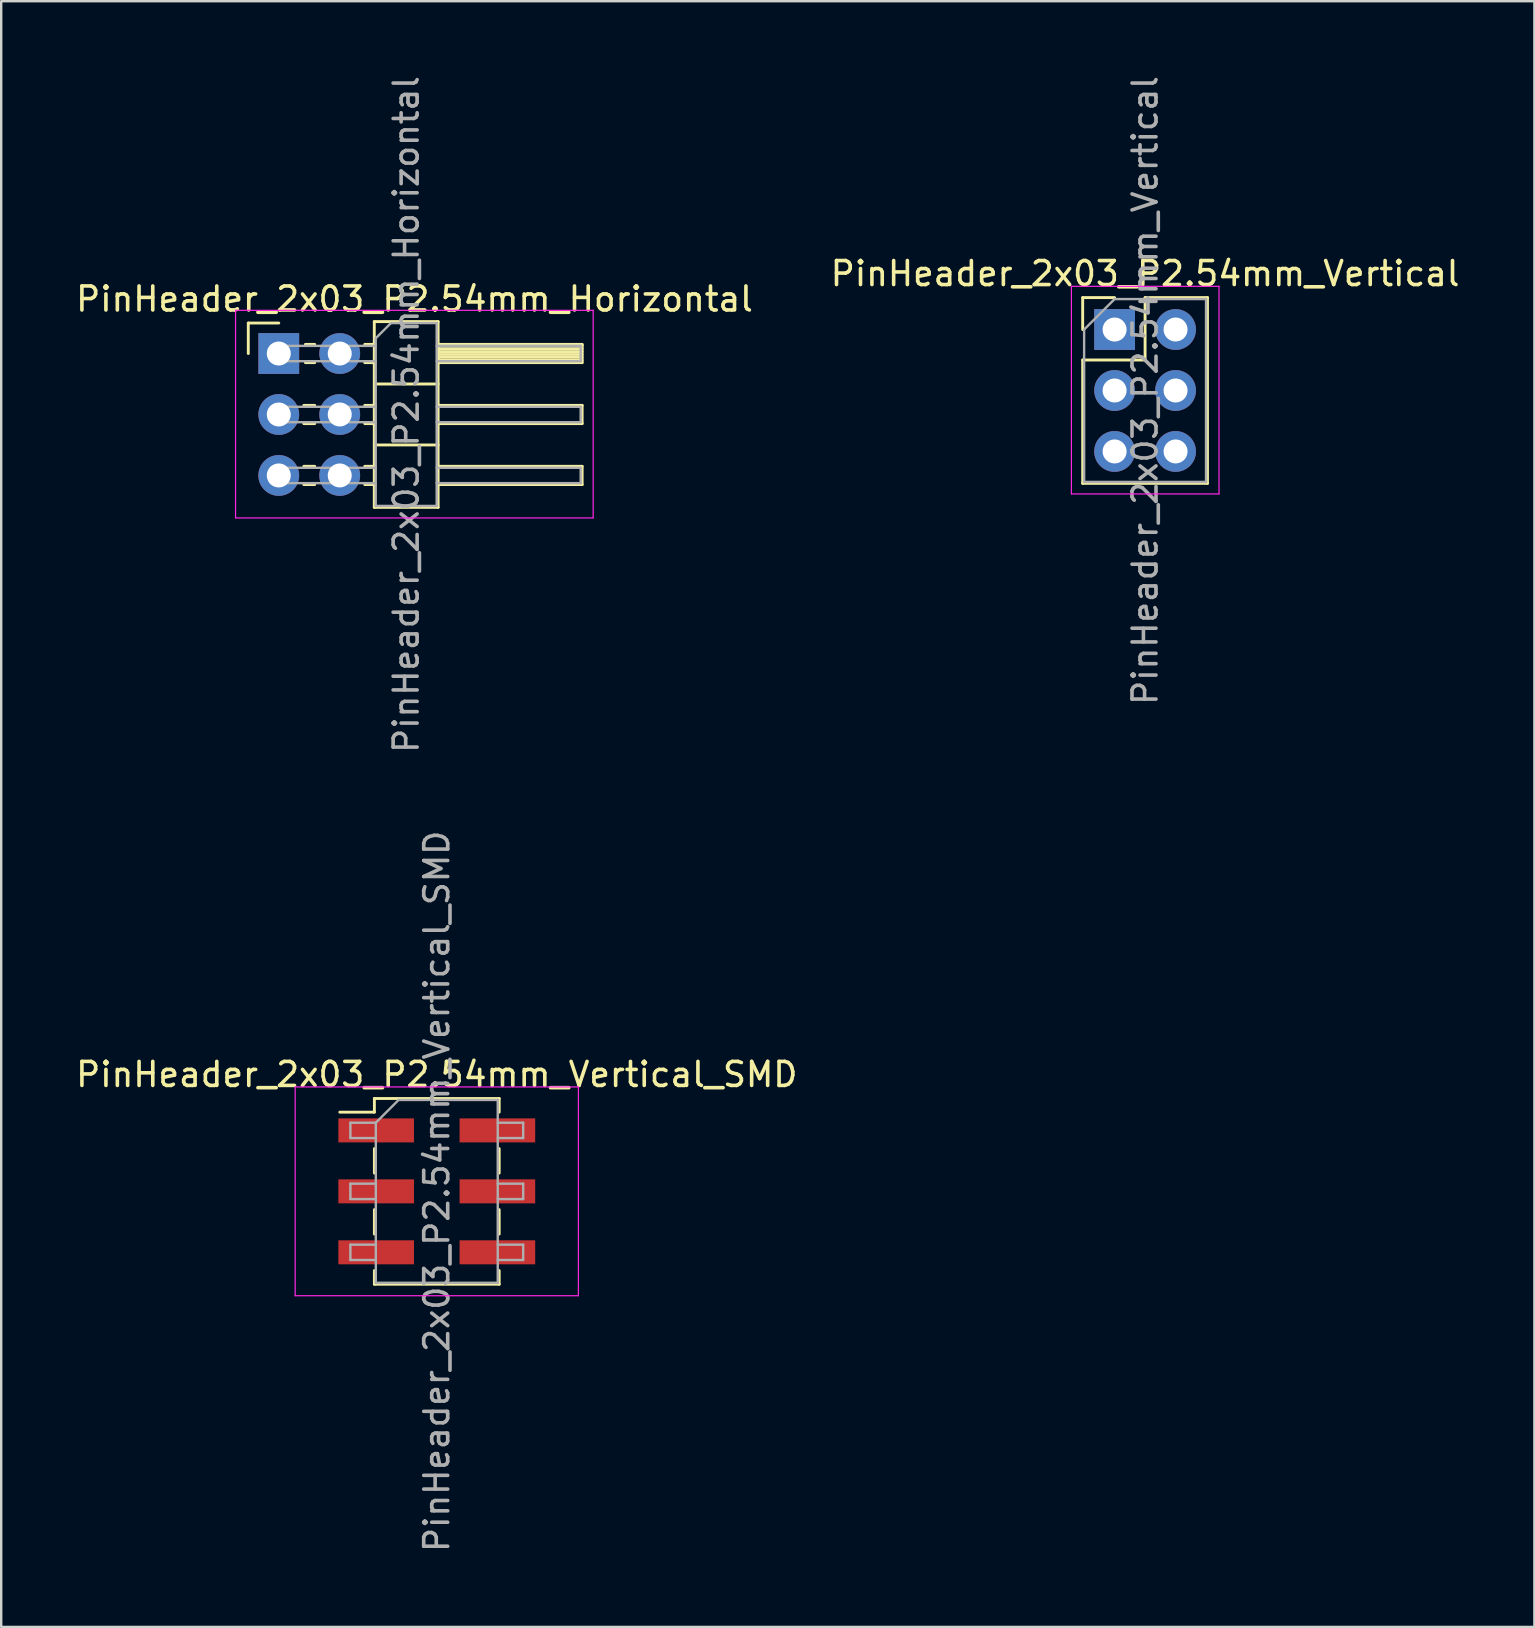
<source format=kicad_pcb>
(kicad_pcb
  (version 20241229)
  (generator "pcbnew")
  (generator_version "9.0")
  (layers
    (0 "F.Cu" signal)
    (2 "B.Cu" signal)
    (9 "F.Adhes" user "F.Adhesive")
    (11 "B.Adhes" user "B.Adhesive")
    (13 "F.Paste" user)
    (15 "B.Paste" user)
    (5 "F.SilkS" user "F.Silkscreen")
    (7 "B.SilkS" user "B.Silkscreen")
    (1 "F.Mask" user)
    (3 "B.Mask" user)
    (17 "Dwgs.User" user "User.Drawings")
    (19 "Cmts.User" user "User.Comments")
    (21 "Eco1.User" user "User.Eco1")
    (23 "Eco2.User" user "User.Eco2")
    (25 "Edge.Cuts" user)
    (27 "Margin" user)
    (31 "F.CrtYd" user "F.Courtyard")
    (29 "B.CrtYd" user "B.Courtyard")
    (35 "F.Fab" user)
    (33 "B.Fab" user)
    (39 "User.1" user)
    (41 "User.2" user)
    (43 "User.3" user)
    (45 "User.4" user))
  (footprint "PinHeader_2x03_P2.54mm_Vertical"
    (layer "F.Cu")
    (at 43.391 10.68)
    (property "Reference" "PinHeader_2x03_P2.54mm_Vertical" (at 1.27 -2.33 0) (layer "F.SilkS") (effects (font (size 1 1) (thickness 0.15))))
    (attr through_hole)
    (fp_line (start -1.33 -1.33) (end 0 -1.33) (stroke (width 0.12) (type solid)) (layer "F.SilkS"))
    (fp_line (start -1.33 0) (end -1.33 -1.33) (stroke (width 0.12) (type solid)) (layer "F.SilkS"))
    (fp_line (start -1.33 1.27) (end -1.33 6.41) (stroke (width 0.12) (type solid)) (layer "F.SilkS"))
    (fp_line (start -1.33 1.27) (end 1.27 1.27) (stroke (width 0.12) (type solid)) (layer "F.SilkS"))
    (fp_line (start -1.33 6.41) (end 3.87 6.41) (stroke (width 0.12) (type solid)) (layer "F.SilkS"))
    (fp_line (start 1.27 -1.33) (end 3.87 -1.33) (stroke (width 0.12) (type solid)) (layer "F.SilkS"))
    (fp_line (start 1.27 1.27) (end 1.27 -1.33) (stroke (width 0.12) (type solid)) (layer "F.SilkS"))
    (fp_line (start 3.87 -1.33) (end 3.87 6.41) (stroke (width 0.12) (type solid)) (layer "F.SilkS"))
    (fp_line (start -1.8 -1.8) (end -1.8 6.85) (stroke (width 0.05) (type solid)) (layer "F.CrtYd"))
    (fp_line (start -1.8 6.85) (end 4.35 6.85) (stroke (width 0.05) (type solid)) (layer "F.CrtYd"))
    (fp_line (start 4.35 -1.8) (end -1.8 -1.8) (stroke (width 0.05) (type solid)) (layer "F.CrtYd"))
    (fp_line (start 4.35 6.85) (end 4.35 -1.8) (stroke (width 0.05) (type solid)) (layer "F.CrtYd"))
    (fp_line (start -1.27 0) (end 0 -1.27) (stroke (width 0.1) (type solid)) (layer "F.Fab"))
    (fp_line (start -1.27 6.35) (end -1.27 0) (stroke (width 0.1) (type solid)) (layer "F.Fab"))
    (fp_line (start 0 -1.27) (end 3.81 -1.27) (stroke (width 0.1) (type solid)) (layer "F.Fab"))
    (fp_line (start 3.81 -1.27) (end 3.81 6.35) (stroke (width 0.1) (type solid)) (layer "F.Fab"))
    (fp_line (start 3.81 6.35) (end -1.27 6.35) (stroke (width 0.1) (type solid)) (layer "F.Fab"))
    (fp_text user "${REFERENCE}" (at 1.27 2.54 90) (layer "F.Fab") (effects (font (size 1 1) (thickness 0.15))))
    (pad "1" thru_hole rect (at 0 0) (size 1.7 1.7) (drill 1) (layers "*.Cu" "*.Mask"))
    (pad "2" thru_hole oval (at 2.54 0) (size 1.7 1.7) (drill 1) (layers "*.Cu" "*.Mask"))
    (pad "3" thru_hole oval (at 0 2.54) (size 1.7 1.7) (drill 1) (layers "*.Cu" "*.Mask"))
    (pad "4" thru_hole oval (at 2.54 2.54) (size 1.7 1.7) (drill 1) (layers "*.Cu" "*.Mask"))
    (pad "5" thru_hole oval (at 0 5.08) (size 1.7 1.7) (drill 1) (layers "*.Cu" "*.Mask"))
    (pad "6" thru_hole oval (at 2.54 5.08) (size 1.7 1.7) (drill 1) (layers "*.Cu" "*.Mask")))
  (footprint "PinHeader_2x03_P2.54mm_Vertical_SMD"
    (layer "F.Cu")
    (at 15.149 46.589)
    (property "Reference" "PinHeader_2x03_P2.54mm_Vertical_SMD" (at 0 -4.87 0) (layer "F.SilkS") (effects (font (size 1 1) (thickness 0.15))))
    (attr smd)
    (fp_line (start -4.04 -3.3) (end -2.6 -3.3) (stroke (width 0.12) (type solid)) (layer "F.SilkS"))
    (fp_line (start -2.6 -3.87) (end -2.6 -3.3) (stroke (width 0.12) (type solid)) (layer "F.SilkS"))
    (fp_line (start -2.6 -3.87) (end 2.6 -3.87) (stroke (width 0.12) (type solid)) (layer "F.SilkS"))
    (fp_line (start -2.6 -1.78) (end -2.6 -0.76) (stroke (width 0.12) (type solid)) (layer "F.SilkS"))
    (fp_line (start -2.6 0.76) (end -2.6 1.78) (stroke (width 0.12) (type solid)) (layer "F.SilkS"))
    (fp_line (start -2.6 3.3) (end -2.6 3.87) (stroke (width 0.12) (type solid)) (layer "F.SilkS"))
    (fp_line (start -2.6 3.87) (end 2.6 3.87) (stroke (width 0.12) (type solid)) (layer "F.SilkS"))
    (fp_line (start 2.6 -3.87) (end 2.6 -3.3) (stroke (width 0.12) (type solid)) (layer "F.SilkS"))
    (fp_line (start 2.6 -1.78) (end 2.6 -0.76) (stroke (width 0.12) (type solid)) (layer "F.SilkS"))
    (fp_line (start 2.6 0.76) (end 2.6 1.78) (stroke (width 0.12) (type solid)) (layer "F.SilkS"))
    (fp_line (start 2.6 3.3) (end 2.6 3.87) (stroke (width 0.12) (type solid)) (layer "F.SilkS"))
    (fp_line (start -5.9 -4.35) (end -5.9 4.35) (stroke (width 0.05) (type solid)) (layer "F.CrtYd"))
    (fp_line (start -5.9 4.35) (end 5.9 4.35) (stroke (width 0.05) (type solid)) (layer "F.CrtYd"))
    (fp_line (start 5.9 -4.35) (end -5.9 -4.35) (stroke (width 0.05) (type solid)) (layer "F.CrtYd"))
    (fp_line (start 5.9 4.35) (end 5.9 -4.35) (stroke (width 0.05) (type solid)) (layer "F.CrtYd"))
    (fp_line (start -3.6 -2.86) (end -3.6 -2.22) (stroke (width 0.1) (type solid)) (layer "F.Fab"))
    (fp_line (start -3.6 -2.22) (end -2.54 -2.22) (stroke (width 0.1) (type solid)) (layer "F.Fab"))
    (fp_line (start -3.6 -0.32) (end -3.6 0.32) (stroke (width 0.1) (type solid)) (layer "F.Fab"))
    (fp_line (start -3.6 0.32) (end -2.54 0.32) (stroke (width 0.1) (type solid)) (layer "F.Fab"))
    (fp_line (start -3.6 2.22) (end -3.6 2.86) (stroke (width 0.1) (type solid)) (layer "F.Fab"))
    (fp_line (start -3.6 2.86) (end -2.54 2.86) (stroke (width 0.1) (type solid)) (layer "F.Fab"))
    (fp_line (start -2.54 -2.86) (end -3.6 -2.86) (stroke (width 0.1) (type solid)) (layer "F.Fab"))
    (fp_line (start -2.54 -2.86) (end -1.59 -3.81) (stroke (width 0.1) (type solid)) (layer "F.Fab"))
    (fp_line (start -2.54 -0.32) (end -3.6 -0.32) (stroke (width 0.1) (type solid)) (layer "F.Fab"))
    (fp_line (start -2.54 2.22) (end -3.6 2.22) (stroke (width 0.1) (type solid)) (layer "F.Fab"))
    (fp_line (start -2.54 3.81) (end -2.54 -2.86) (stroke (width 0.1) (type solid)) (layer "F.Fab"))
    (fp_line (start -1.59 -3.81) (end 2.54 -3.81) (stroke (width 0.1) (type solid)) (layer "F.Fab"))
    (fp_line (start 2.54 -3.81) (end 2.54 3.81) (stroke (width 0.1) (type solid)) (layer "F.Fab"))
    (fp_line (start 2.54 -2.86) (end 3.6 -2.86) (stroke (width 0.1) (type solid)) (layer "F.Fab"))
    (fp_line (start 2.54 -0.32) (end 3.6 -0.32) (stroke (width 0.1) (type solid)) (layer "F.Fab"))
    (fp_line (start 2.54 2.22) (end 3.6 2.22) (stroke (width 0.1) (type solid)) (layer "F.Fab"))
    (fp_line (start 2.54 3.81) (end -2.54 3.81) (stroke (width 0.1) (type solid)) (layer "F.Fab"))
    (fp_line (start 3.6 -2.86) (end 3.6 -2.22) (stroke (width 0.1) (type solid)) (layer "F.Fab"))
    (fp_line (start 3.6 -2.22) (end 2.54 -2.22) (stroke (width 0.1) (type solid)) (layer "F.Fab"))
    (fp_line (start 3.6 -0.32) (end 3.6 0.32) (stroke (width 0.1) (type solid)) (layer "F.Fab"))
    (fp_line (start 3.6 0.32) (end 2.54 0.32) (stroke (width 0.1) (type solid)) (layer "F.Fab"))
    (fp_line (start 3.6 2.22) (end 3.6 2.86) (stroke (width 0.1) (type solid)) (layer "F.Fab"))
    (fp_line (start 3.6 2.86) (end 2.54 2.86) (stroke (width 0.1) (type solid)) (layer "F.Fab"))
    (fp_text user "${REFERENCE}" (at 0 0 90) (layer "F.Fab") (effects (font (size 1 1) (thickness 0.15))))
    (pad "1" smd rect (at -2.525 -2.54) (size 3.15 1) (layers "F.Cu" "F.Mask" "F.Paste"))
    (pad "2" smd rect (at 2.525 -2.54) (size 3.15 1) (layers "F.Cu" "F.Mask" "F.Paste"))
    (pad "3" smd rect (at -2.525 0) (size 3.15 1) (layers "F.Cu" "F.Mask" "F.Paste"))
    (pad "4" smd rect (at 2.525 0) (size 3.15 1) (layers "F.Cu" "F.Mask" "F.Paste"))
    (pad "5" smd rect (at -2.525 2.54) (size 3.15 1) (layers "F.Cu" "F.Mask" "F.Paste"))
    (pad "6" smd rect (at 2.525 2.54) (size 3.15 1) (layers "F.Cu" "F.Mask" "F.Paste")))
  (footprint "PinHeader_2x03_P2.54mm_Horizontal"
    (layer "F.Cu")
    (at 8.565 11.68)
    (property "Reference" "PinHeader_2x03_P2.54mm_Horizontal" (at 5.655 -2.27 0) (layer "F.SilkS") (effects (font (size 1 1) (thickness 0.15))))
    (attr through_hole)
    (fp_line (start -1.27 -1.27) (end 0 -1.27) (stroke (width 0.12) (type solid)) (layer "F.SilkS"))
    (fp_line (start -1.27 0) (end -1.27 -1.27) (stroke (width 0.12) (type solid)) (layer "F.SilkS"))
    (fp_line (start 1.043 2.16) (end 1.497 2.16) (stroke (width 0.12) (type solid)) (layer "F.SilkS"))
    (fp_line (start 1.043 2.92) (end 1.497 2.92) (stroke (width 0.12) (type solid)) (layer "F.SilkS"))
    (fp_line (start 1.043 4.7) (end 1.497 4.7) (stroke (width 0.12) (type solid)) (layer "F.SilkS"))
    (fp_line (start 1.043 5.46) (end 1.497 5.46) (stroke (width 0.12) (type solid)) (layer "F.SilkS"))
    (fp_line (start 1.11 -0.38) (end 1.497 -0.38) (stroke (width 0.12) (type solid)) (layer "F.SilkS"))
    (fp_line (start 1.11 0.38) (end 1.497 0.38) (stroke (width 0.12) (type solid)) (layer "F.SilkS"))
    (fp_line (start 3.583 -0.38) (end 3.98 -0.38) (stroke (width 0.12) (type solid)) (layer "F.SilkS"))
    (fp_line (start 3.583 0.38) (end 3.98 0.38) (stroke (width 0.12) (type solid)) (layer "F.SilkS"))
    (fp_line (start 3.583 2.16) (end 3.98 2.16) (stroke (width 0.12) (type solid)) (layer "F.SilkS"))
    (fp_line (start 3.583 2.92) (end 3.98 2.92) (stroke (width 0.12) (type solid)) (layer "F.SilkS"))
    (fp_line (start 3.583 4.7) (end 3.98 4.7) (stroke (width 0.12) (type solid)) (layer "F.SilkS"))
    (fp_line (start 3.583 5.46) (end 3.98 5.46) (stroke (width 0.12) (type solid)) (layer "F.SilkS"))
    (fp_line (start 3.98 -1.33) (end 3.98 6.41) (stroke (width 0.12) (type solid)) (layer "F.SilkS"))
    (fp_line (start 3.98 1.27) (end 6.64 1.27) (stroke (width 0.12) (type solid)) (layer "F.SilkS"))
    (fp_line (start 3.98 3.81) (end 6.64 3.81) (stroke (width 0.12) (type solid)) (layer "F.SilkS"))
    (fp_line (start 3.98 6.41) (end 6.64 6.41) (stroke (width 0.12) (type solid)) (layer "F.SilkS"))
    (fp_line (start 6.64 -1.33) (end 3.98 -1.33) (stroke (width 0.12) (type solid)) (layer "F.SilkS"))
    (fp_line (start 6.64 -0.38) (end 12.64 -0.38) (stroke (width 0.12) (type solid)) (layer "F.SilkS"))
    (fp_line (start 6.64 -0.32) (end 12.64 -0.32) (stroke (width 0.12) (type solid)) (layer "F.SilkS"))
    (fp_line (start 6.64 -0.2) (end 12.64 -0.2) (stroke (width 0.12) (type solid)) (layer "F.SilkS"))
    (fp_line (start 6.64 -0.08) (end 12.64 -0.08) (stroke (width 0.12) (type solid)) (layer "F.SilkS"))
    (fp_line (start 6.64 0.04) (end 12.64 0.04) (stroke (width 0.12) (type solid)) (layer "F.SilkS"))
    (fp_line (start 6.64 0.16) (end 12.64 0.16) (stroke (width 0.12) (type solid)) (layer "F.SilkS"))
    (fp_line (start 6.64 0.28) (end 12.64 0.28) (stroke (width 0.12) (type solid)) (layer "F.SilkS"))
    (fp_line (start 6.64 2.16) (end 12.64 2.16) (stroke (width 0.12) (type solid)) (layer "F.SilkS"))
    (fp_line (start 6.64 4.7) (end 12.64 4.7) (stroke (width 0.12) (type solid)) (layer "F.SilkS"))
    (fp_line (start 6.64 6.41) (end 6.64 -1.33) (stroke (width 0.12) (type solid)) (layer "F.SilkS"))
    (fp_line (start 12.64 -0.38) (end 12.64 0.38) (stroke (width 0.12) (type solid)) (layer "F.SilkS"))
    (fp_line (start 12.64 0.38) (end 6.64 0.38) (stroke (width 0.12) (type solid)) (layer "F.SilkS"))
    (fp_line (start 12.64 2.16) (end 12.64 2.92) (stroke (width 0.12) (type solid)) (layer "F.SilkS"))
    (fp_line (start 12.64 2.92) (end 6.64 2.92) (stroke (width 0.12) (type solid)) (layer "F.SilkS"))
    (fp_line (start 12.64 4.7) (end 12.64 5.46) (stroke (width 0.12) (type solid)) (layer "F.SilkS"))
    (fp_line (start 12.64 5.46) (end 6.64 5.46) (stroke (width 0.12) (type solid)) (layer "F.SilkS"))
    (fp_line (start -1.8 -1.8) (end -1.8 6.85) (stroke (width 0.05) (type solid)) (layer "F.CrtYd"))
    (fp_line (start -1.8 6.85) (end 13.1 6.85) (stroke (width 0.05) (type solid)) (layer "F.CrtYd"))
    (fp_line (start 13.1 -1.8) (end -1.8 -1.8) (stroke (width 0.05) (type solid)) (layer "F.CrtYd"))
    (fp_line (start 13.1 6.85) (end 13.1 -1.8) (stroke (width 0.05) (type solid)) (layer "F.CrtYd"))
    (fp_line (start -0.32 -0.32) (end -0.32 0.32) (stroke (width 0.1) (type solid)) (layer "F.Fab"))
    (fp_line (start -0.32 -0.32) (end 4.04 -0.32) (stroke (width 0.1) (type solid)) (layer "F.Fab"))
    (fp_line (start -0.32 0.32) (end 4.04 0.32) (stroke (width 0.1) (type solid)) (layer "F.Fab"))
    (fp_line (start -0.32 2.22) (end -0.32 2.86) (stroke (width 0.1) (type solid)) (layer "F.Fab"))
    (fp_line (start -0.32 2.22) (end 4.04 2.22) (stroke (width 0.1) (type solid)) (layer "F.Fab"))
    (fp_line (start -0.32 2.86) (end 4.04 2.86) (stroke (width 0.1) (type solid)) (layer "F.Fab"))
    (fp_line (start -0.32 4.76) (end -0.32 5.4) (stroke (width 0.1) (type solid)) (layer "F.Fab"))
    (fp_line (start -0.32 4.76) (end 4.04 4.76) (stroke (width 0.1) (type solid)) (layer "F.Fab"))
    (fp_line (start -0.32 5.4) (end 4.04 5.4) (stroke (width 0.1) (type solid)) (layer "F.Fab"))
    (fp_line (start 4.04 -0.635) (end 4.675 -1.27) (stroke (width 0.1) (type solid)) (layer "F.Fab"))
    (fp_line (start 4.04 6.35) (end 4.04 -0.635) (stroke (width 0.1) (type solid)) (layer "F.Fab"))
    (fp_line (start 4.675 -1.27) (end 6.58 -1.27) (stroke (width 0.1) (type solid)) (layer "F.Fab"))
    (fp_line (start 6.58 -1.27) (end 6.58 6.35) (stroke (width 0.1) (type solid)) (layer "F.Fab"))
    (fp_line (start 6.58 -0.32) (end 12.58 -0.32) (stroke (width 0.1) (type solid)) (layer "F.Fab"))
    (fp_line (start 6.58 0.32) (end 12.58 0.32) (stroke (width 0.1) (type solid)) (layer "F.Fab"))
    (fp_line (start 6.58 2.22) (end 12.58 2.22) (stroke (width 0.1) (type solid)) (layer "F.Fab"))
    (fp_line (start 6.58 2.86) (end 12.58 2.86) (stroke (width 0.1) (type solid)) (layer "F.Fab"))
    (fp_line (start 6.58 4.76) (end 12.58 4.76) (stroke (width 0.1) (type solid)) (layer "F.Fab"))
    (fp_line (start 6.58 5.4) (end 12.58 5.4) (stroke (width 0.1) (type solid)) (layer "F.Fab"))
    (fp_line (start 6.58 6.35) (end 4.04 6.35) (stroke (width 0.1) (type solid)) (layer "F.Fab"))
    (fp_line (start 12.58 -0.32) (end 12.58 0.32) (stroke (width 0.1) (type solid)) (layer "F.Fab"))
    (fp_line (start 12.58 2.22) (end 12.58 2.86) (stroke (width 0.1) (type solid)) (layer "F.Fab"))
    (fp_line (start 12.58 4.76) (end 12.58 5.4) (stroke (width 0.1) (type solid)) (layer "F.Fab"))
    (fp_text user "${REFERENCE}" (at 5.31 2.54 90) (layer "F.Fab") (effects (font (size 1 1) (thickness 0.15))))
    (pad "1" thru_hole rect (at 0 0) (size 1.7 1.7) (drill 1) (layers "*.Cu" "*.Mask"))
    (pad "2" thru_hole oval (at 2.54 0) (size 1.7 1.7) (drill 1) (layers "*.Cu" "*.Mask"))
    (pad "3" thru_hole oval (at 0 2.54) (size 1.7 1.7) (drill 1) (layers "*.Cu" "*.Mask"))
    (pad "4" thru_hole oval (at 2.54 2.54) (size 1.7 1.7) (drill 1) (layers "*.Cu" "*.Mask"))
    (pad "5" thru_hole oval (at 0 5.08) (size 1.7 1.7) (drill 1) (layers "*.Cu" "*.Mask"))
    (pad "6" thru_hole oval (at 2.54 5.08) (size 1.7 1.7) (drill 1) (layers "*.Cu" "*.Mask")))
  (gr_rect
    (start -3 -3)
    (end 60.881 64.738)
    (stroke (width 0.1) (type default))
    (fill no)
    (layer "Edge.Cuts")))
</source>
